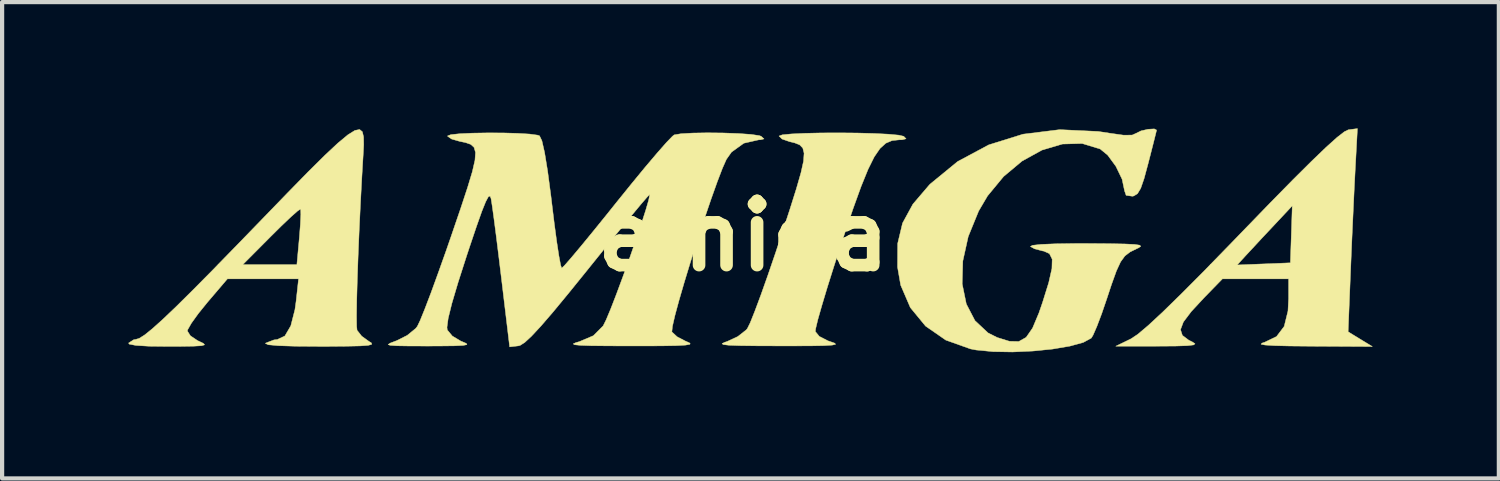
<source format=kicad_pcb>
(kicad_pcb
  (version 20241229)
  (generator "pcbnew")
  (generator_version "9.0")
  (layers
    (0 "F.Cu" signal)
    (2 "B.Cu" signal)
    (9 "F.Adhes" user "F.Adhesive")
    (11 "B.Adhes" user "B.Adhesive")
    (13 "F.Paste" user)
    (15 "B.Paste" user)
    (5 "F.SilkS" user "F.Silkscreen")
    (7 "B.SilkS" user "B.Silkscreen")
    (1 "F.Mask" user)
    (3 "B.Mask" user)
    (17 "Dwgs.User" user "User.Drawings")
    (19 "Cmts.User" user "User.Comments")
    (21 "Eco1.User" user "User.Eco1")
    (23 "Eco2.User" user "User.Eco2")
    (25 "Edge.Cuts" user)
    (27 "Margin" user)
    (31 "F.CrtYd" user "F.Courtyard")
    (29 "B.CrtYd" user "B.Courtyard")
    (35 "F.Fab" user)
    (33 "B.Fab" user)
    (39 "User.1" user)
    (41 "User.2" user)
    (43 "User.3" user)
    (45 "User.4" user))
  (footprint "amiga"
    (layer "F.Cu")
    (at 14.61 2.559)
    (property "Reference" "amiga" (at 0 0 0) (layer "F.SilkS") (effects (font (size 1.524 1.524) (thickness 0.3))))
    (attr through_hole)
    (fp_poly (pts (xy 14.535 -1.552) (xy 14.512 -1.098) (xy 14.486 -0.537) (xy 14.458 0.072) (xy 14.433 0.665) (xy 14.425 0.861) (xy 14.368 2.273) (xy 14.656 2.449) (xy 14.944 2.624) (xy 13.504 2.616) (xy 12.983 2.611) (xy 12.617 2.602) (xy 12.394 2.588) (xy 12.3 2.569) (xy 12.321 2.543) (xy 12.385 2.522) (xy 12.667 2.386) (xy 12.849 2.145) (xy 12.939 1.78) (xy 12.954 1.486) (xy 12.954 1.016) (xy 11.382 1.016) (xy 10.95 1.46) (xy 10.64 1.794) (xy 10.454 2.041) (xy 10.386 2.222) (xy 10.43 2.358) (xy 10.581 2.472) (xy 10.668 2.515) (xy 10.731 2.557) (xy 10.699 2.585) (xy 10.551 2.603) (xy 10.27 2.612) (xy 9.864 2.615) (xy 8.848 2.616) (xy 9.208 2.441) (xy 9.369 2.334) (xy 9.619 2.123) (xy 9.963 1.804) (xy 10.405 1.372) (xy 10.95 0.825) (xy 11.085 0.686) (xy 11.731 0.686) (xy 12.996 0.635) (xy 13.019 -0.042) (xy 13.041 -0.72) (xy 12.565 -0.212) (xy 12.315 0.054) (xy 12.09 0.297) (xy 11.929 0.47) (xy 11.91 0.491) (xy 11.731 0.686) (xy 11.085 0.686) (xy 11.601 0.156) (xy 11.864 -0.116) (xy 12.515 -0.788) (xy 13.058 -1.341) (xy 13.5 -1.78) (xy 13.847 -2.113) (xy 14.104 -2.344) (xy 14.279 -2.48) (xy 14.374 -2.526) (xy 14.589 -2.554) (xy 14.535 -1.552)) (stroke (width 0.01) (type solid)) (fill yes) (layer "F.SilkS"))
    (fp_poly (pts (xy 2.705 -2.449) (xy 3.107 -2.438) (xy 3.448 -2.421) (xy 3.693 -2.398) (xy 3.81 -2.371) (xy 3.866 -2.312) (xy 3.776 -2.289) (xy 3.698 -2.287) (xy 3.532 -2.269) (xy 3.385 -2.207) (xy 3.247 -2.082) (xy 3.109 -1.881) (xy 2.962 -1.584) (xy 2.797 -1.178) (xy 2.604 -0.644) (xy 2.375 0.034) (xy 2.334 0.156) (xy 2.155 0.709) (xy 1.996 1.213) (xy 1.866 1.646) (xy 1.77 1.982) (xy 1.718 2.199) (xy 1.71 2.267) (xy 1.804 2.382) (xy 2.01 2.488) (xy 2.075 2.51) (xy 2.174 2.545) (xy 2.191 2.572) (xy 2.11 2.59) (xy 1.915 2.602) (xy 1.589 2.608) (xy 1.118 2.609) (xy 0.847 2.609) (xy 0.302 2.607) (xy -0.089 2.602) (xy -0.343 2.593) (xy -0.477 2.577) (xy -0.506 2.555) (xy -0.446 2.524) (xy -0.385 2.504) (xy -0.132 2.386) (xy 0.069 2.228) (xy 0.096 2.195) (xy 0.163 2.059) (xy 0.272 1.786) (xy 0.415 1.403) (xy 0.582 0.932) (xy 0.764 0.401) (xy 0.891 0.018) (xy 1.102 -0.625) (xy 1.26 -1.127) (xy 1.369 -1.506) (xy 1.43 -1.78) (xy 1.443 -1.969) (xy 1.412 -2.092) (xy 1.338 -2.168) (xy 1.222 -2.214) (xy 1.095 -2.245) (xy 0.92 -2.306) (xy 0.847 -2.377) (xy 0.847 -2.377) (xy 0.926 -2.406) (xy 1.141 -2.427) (xy 1.46 -2.442) (xy 1.849 -2.451) (xy 2.275 -2.453) (xy 2.705 -2.449)) (stroke (width 0.01) (type solid)) (fill yes) (layer "F.SilkS"))
    (fp_poly (pts (xy -9.051 -2.479) (xy -9.022 -2.355) (xy -9.019 -2.169) (xy -9.027 -2.011) (xy -9.064 -1.385) (xy -9.098 -0.742) (xy -9.128 -0.107) (xy -9.153 0.499) (xy -9.172 1.05) (xy -9.185 1.524) (xy -9.19 1.896) (xy -9.187 2.142) (xy -9.177 2.237) (xy -9.067 2.377) (xy -8.901 2.497) (xy -8.833 2.541) (xy -8.831 2.574) (xy -8.915 2.596) (xy -9.103 2.609) (xy -9.414 2.616) (xy -9.869 2.62) (xy -10.075 2.62) (xy -10.648 2.616) (xy -11.053 2.603) (xy -11.288 2.581) (xy -11.355 2.549) (xy -11.345 2.54) (xy -11.151 2.466) (xy -11.072 2.457) (xy -10.893 2.373) (xy -10.752 2.133) (xy -10.653 1.746) (xy -10.625 1.545) (xy -10.567 1.016) (xy -12.257 1.016) (xy -12.732 1.573) (xy -12.948 1.84) (xy -13.113 2.069) (xy -13.201 2.224) (xy -13.208 2.255) (xy -13.137 2.368) (xy -12.964 2.484) (xy -12.933 2.498) (xy -12.827 2.549) (xy -12.8 2.583) (xy -12.869 2.604) (xy -13.057 2.615) (xy -13.381 2.62) (xy -13.657 2.621) (xy -14.12 2.616) (xy -14.434 2.597) (xy -14.59 2.566) (xy -14.605 2.54) (xy -14.482 2.461) (xy -14.438 2.455) (xy -14.353 2.43) (xy -14.223 2.348) (xy -14.04 2.2) (xy -13.794 1.979) (xy -13.476 1.676) (xy -13.077 1.281) (xy -12.588 0.787) (xy -12.482 0.677) (xy -11.892 0.677) (xy -10.607 0.677) (xy -10.548 0.033) (xy -10.524 -0.278) (xy -10.513 -0.515) (xy -10.517 -0.636) (xy -10.52 -0.642) (xy -10.588 -0.598) (xy -10.749 -0.456) (xy -10.978 -0.238) (xy -11.221 0.003) (xy -11.892 0.677) (xy -12.482 0.677) (xy -12.001 0.184) (xy -11.433 -0.402) (xy -10.833 -1.022) (xy -10.34 -1.526) (xy -9.942 -1.92) (xy -9.631 -2.211) (xy -9.397 -2.405) (xy -9.229 -2.51) (xy -9.117 -2.533) (xy -9.051 -2.479)) (stroke (width 0.01) (type solid)) (fill yes) (layer "F.SilkS"))
    (fp_poly (pts (xy 9.818 -2.519) (xy 9.797 -2.433) (xy 9.744 -2.221) (xy 9.667 -1.919) (xy 9.62 -1.736) (xy 9.521 -1.368) (xy 9.441 -1.136) (xy 9.364 -1.008) (xy 9.277 -0.954) (xy 9.243 -0.947) (xy 9.094 -0.968) (xy 9.057 -1.074) (xy 8.998 -1.352) (xy 8.851 -1.657) (xy 8.656 -1.923) (xy 8.478 -2.069) (xy 8.049 -2.2) (xy 7.58 -2.187) (xy 7.096 -2.044) (xy 6.621 -1.782) (xy 6.182 -1.415) (xy 5.802 -0.955) (xy 5.59 -0.595) (xy 5.343 0.01) (xy 5.214 0.593) (xy 5.199 1.135) (xy 5.297 1.613) (xy 5.503 2.009) (xy 5.814 2.3) (xy 6.031 2.409) (xy 6.322 2.499) (xy 6.544 2.504) (xy 6.719 2.405) (xy 6.871 2.186) (xy 7.022 1.827) (xy 7.109 1.574) (xy 7.255 1.106) (xy 7.331 0.77) (xy 7.337 0.548) (xy 7.272 0.417) (xy 7.139 0.357) (xy 7.112 0.353) (xy 6.918 0.302) (xy 6.82 0.247) (xy 6.87 0.219) (xy 7.073 0.197) (xy 7.414 0.183) (xy 7.878 0.176) (xy 8.175 0.176) (xy 8.694 0.18) (xy 9.062 0.187) (xy 9.297 0.198) (xy 9.418 0.216) (xy 9.442 0.243) (xy 9.388 0.28) (xy 9.35 0.297) (xy 9.188 0.377) (xy 9.065 0.471) (xy 8.963 0.611) (xy 8.863 0.827) (xy 8.746 1.152) (xy 8.637 1.482) (xy 8.514 1.842) (xy 8.399 2.146) (xy 8.308 2.354) (xy 8.266 2.423) (xy 8.077 2.526) (xy 7.757 2.614) (xy 7.345 2.684) (xy 6.878 2.731) (xy 6.395 2.753) (xy 5.934 2.745) (xy 5.532 2.706) (xy 5.396 2.68) (xy 4.81 2.471) (xy 4.329 2.138) (xy 3.967 1.698) (xy 3.738 1.166) (xy 3.663 0.736) (xy 3.666 0.177) (xy 3.782 -0.308) (xy 4.028 -0.759) (xy 4.419 -1.217) (xy 4.44 -1.238) (xy 5.09 -1.771) (xy 5.829 -2.167) (xy 6.643 -2.421) (xy 7.515 -2.529) (xy 8.432 -2.486) (xy 8.7 -2.445) (xy 9.033 -2.398) (xy 9.237 -2.4) (xy 9.337 -2.445) (xy 9.448 -2.5) (xy 9.614 -2.538) (xy 9.762 -2.547) (xy 9.818 -2.519)) (stroke (width 0.01) (type solid)) (fill yes) (layer "F.SilkS"))
    (fp_poly (pts (xy -0.48 -2.45) (xy -0.119 -2.437) (xy 0.182 -2.416) (xy 0.379 -2.387) (xy 0.423 -2.371) (xy 0.491 -2.309) (xy 0.407 -2.288) (xy 0.364 -2.287) (xy 0.012 -2.207) (xy -0.281 -1.996) (xy -0.402 -1.825) (xy -0.497 -1.611) (xy -0.622 -1.284) (xy -0.769 -0.872) (xy -0.929 -0.401) (xy -1.094 0.101) (xy -1.254 0.608) (xy -1.402 1.093) (xy -1.529 1.529) (xy -1.626 1.888) (xy -1.685 2.145) (xy -1.698 2.273) (xy -1.696 2.278) (xy -1.571 2.393) (xy -1.363 2.501) (xy -1.341 2.509) (xy -1.265 2.545) (xy -1.27 2.571) (xy -1.374 2.59) (xy -1.593 2.602) (xy -1.942 2.608) (xy -2.438 2.61) (xy -2.667 2.61) (xy -3.218 2.608) (xy -3.616 2.604) (xy -3.875 2.595) (xy -4.012 2.581) (xy -4.042 2.56) (xy -3.979 2.531) (xy -3.895 2.507) (xy -3.563 2.366) (xy -3.333 2.135) (xy -3.33 2.131) (xy -3.26 1.99) (xy -3.152 1.732) (xy -3.018 1.386) (xy -2.868 0.982) (xy -2.712 0.551) (xy -2.562 0.121) (xy -2.428 -0.276) (xy -2.32 -0.612) (xy -2.249 -0.856) (xy -2.225 -0.978) (xy -2.228 -0.986) (xy -2.284 -0.929) (xy -2.433 -0.756) (xy -2.659 -0.484) (xy -2.95 -0.13) (xy -3.29 0.289) (xy -3.668 0.758) (xy -3.691 0.787) (xy -4.153 1.358) (xy -4.524 1.807) (xy -4.814 2.143) (xy -5.034 2.379) (xy -5.194 2.527) (xy -5.306 2.598) (xy -5.341 2.607) (xy -5.552 2.632) (xy -5.748 0.999) (xy -5.812 0.474) (xy -5.872 -0.008) (xy -5.925 -0.416) (xy -5.967 -0.719) (xy -5.993 -0.886) (xy -5.993 -0.889) (xy -6.018 -0.952) (xy -6.059 -0.933) (xy -6.121 -0.816) (xy -6.213 -0.588) (xy -6.339 -0.232) (xy -6.507 0.266) (xy -6.57 0.456) (xy -6.778 1.103) (xy -6.925 1.599) (xy -7.012 1.952) (xy -7.041 2.167) (xy -7.034 2.229) (xy -6.914 2.374) (xy -6.708 2.497) (xy -6.681 2.507) (xy -6.581 2.55) (xy -6.566 2.579) (xy -6.656 2.597) (xy -6.868 2.607) (xy -7.221 2.611) (xy -7.493 2.612) (xy -7.938 2.611) (xy -8.232 2.606) (xy -8.393 2.595) (xy -8.439 2.575) (xy -8.389 2.542) (xy -8.26 2.493) (xy -8.24 2.486) (xy -7.985 2.358) (xy -7.782 2.192) (xy -7.745 2.144) (xy -7.678 2.004) (xy -7.567 1.73) (xy -7.42 1.345) (xy -7.249 0.875) (xy -7.06 0.345) (xy -6.933 -0.022) (xy -6.715 -0.66) (xy -6.551 -1.157) (xy -6.438 -1.531) (xy -6.376 -1.802) (xy -6.363 -1.987) (xy -6.397 -2.107) (xy -6.476 -2.179) (xy -6.6 -2.222) (xy -6.74 -2.251) (xy -6.931 -2.306) (xy -7.025 -2.371) (xy -7.027 -2.38) (xy -6.949 -2.41) (xy -6.74 -2.432) (xy -6.439 -2.446) (xy -6.083 -2.452) (xy -5.712 -2.451) (xy -5.363 -2.441) (xy -5.075 -2.424) (xy -4.887 -2.398) (xy -4.842 -2.382) (xy -4.786 -2.266) (xy -4.722 -1.986) (xy -4.65 -1.545) (xy -4.571 -0.95) (xy -4.55 -0.775) (xy -4.49 -0.287) (xy -4.433 0.137) (xy -4.382 0.47) (xy -4.341 0.688) (xy -4.316 0.762) (xy -4.25 0.699) (xy -4.094 0.521) (xy -3.864 0.247) (xy -3.575 -0.105) (xy -3.242 -0.516) (xy -3.018 -0.796) (xy -2.66 -1.239) (xy -2.332 -1.638) (xy -2.049 -1.972) (xy -1.827 -2.224) (xy -1.684 -2.372) (xy -1.642 -2.405) (xy -1.482 -2.432) (xy -1.206 -2.448) (xy -0.857 -2.454) (xy -0.48 -2.45)) (stroke (width 0.01) (type solid)) (fill yes) (layer "F.SilkS")))
  (gr_rect
    (start -3 -3)
    (end 32.559 8.316)
    (stroke (width 0.1) (type default))
    (fill no)
    (layer "Edge.Cuts")))
</source>
